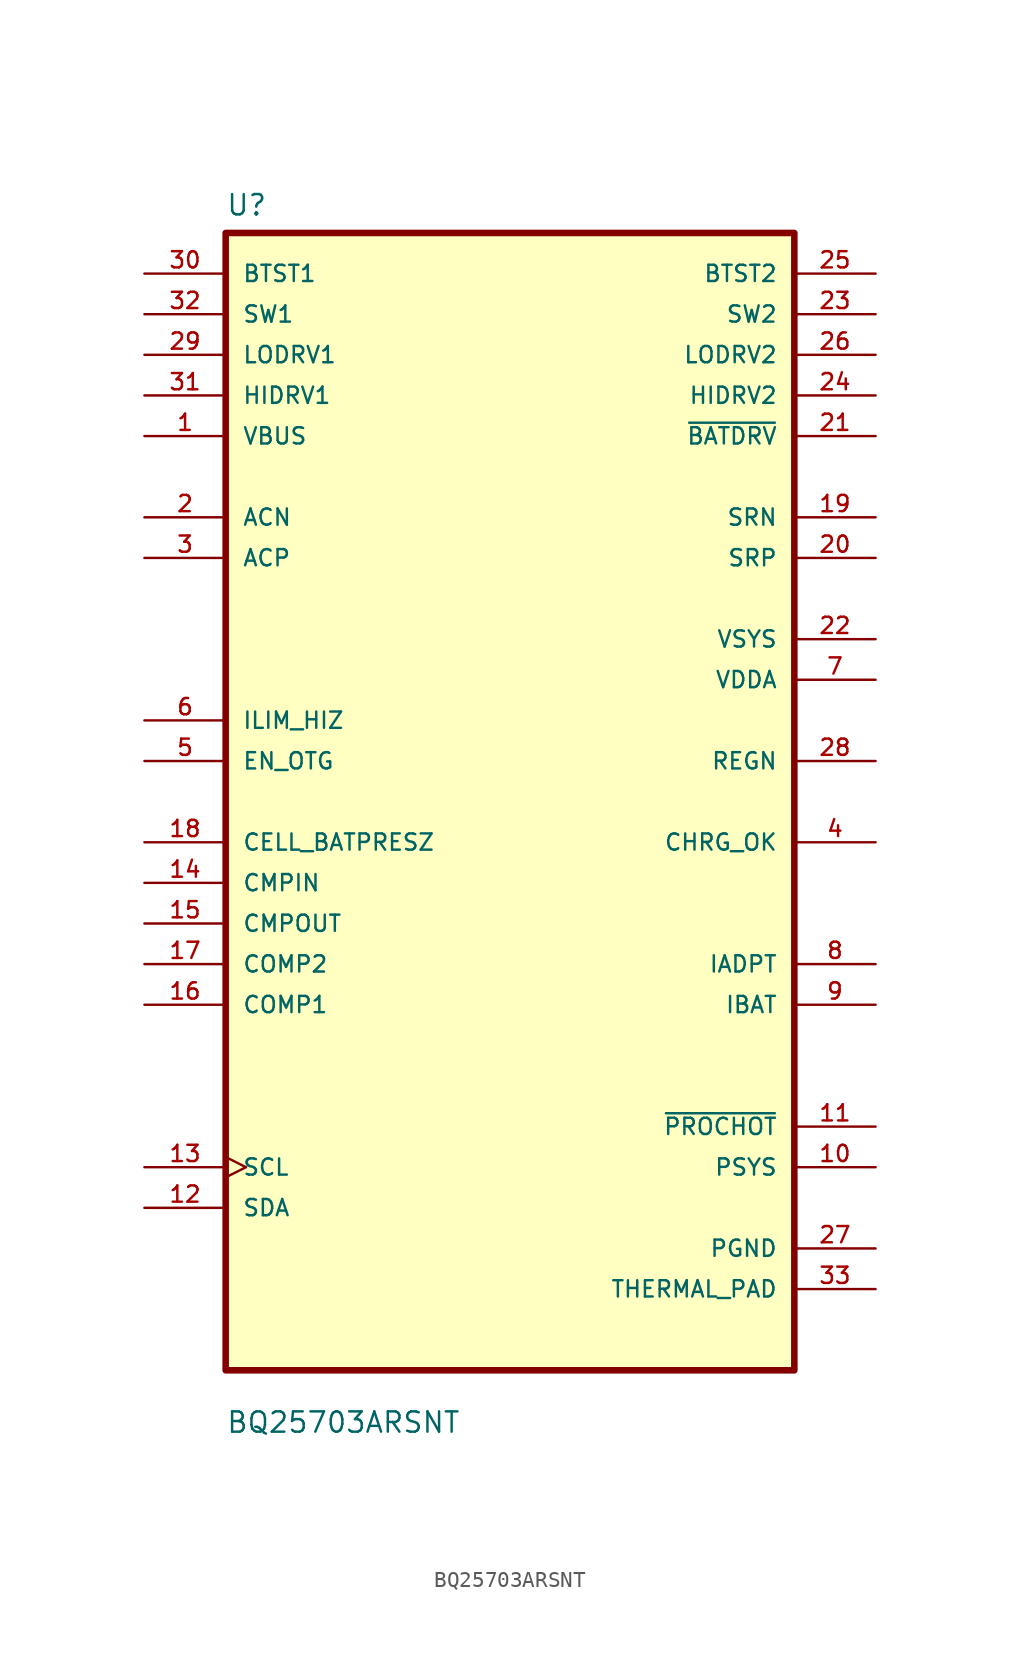
<source format=kicad_sym>
(kicad_symbol_lib
  (version 20211014)
  (generator kicad_symbol_editor)
  (symbol "BQ25703ARSNT"
    (pin_names
      (offset 1.016))
    (property "Reference" "U"
      (at -17.78 31.48 0.0)
      (effects (font (size 1.27 1.27)) (justify bottom left)))
    (property "Value" "BQ25703ARSNT"
      (at -17.78 -44.64 0.0)
      (effects (font (size 1.27 1.27)) (justify bottom left)))
    (symbol "BQ25703ARSNT_0_0"
      (rectangle (start -17.78 -40.64) (end 17.78 30.48) (stroke (width 0.41)) (fill (type background)))
      (pin power_in line (at -22.86 12.7 0) (length 5.08) (name "ACN" (effects (font (size 1.016 1.016)))) (number "2" (effects (font (size 1.016 1.016)))))
      (pin power_in line (at -22.86 10.16 0) (length 5.08) (name "ACP" (effects (font (size 1.016 1.016)))) (number "3" (effects (font (size 1.016 1.016)))))
      (pin output line (at 22.86 17.78 180.0) (length 5.08) (name "~{BATDRV}" (effects (font (size 1.016 1.016)))) (number "21" (effects (font (size 1.016 1.016)))))
      (pin power_in line (at -22.86 27.94 0) (length 5.08) (name "BTST1" (effects (font (size 1.016 1.016)))) (number "30" (effects (font (size 1.016 1.016)))))
      (pin power_in line (at 22.86 27.94 180.0) (length 5.08) (name "BTST2" (effects (font (size 1.016 1.016)))) (number "25" (effects (font (size 1.016 1.016)))))
      (pin input line (at -22.86 -7.62 0) (length 5.08) (name "CELL_BATPRESZ" (effects (font (size 1.016 1.016)))) (number "18" (effects (font (size 1.016 1.016)))))
      (pin output line (at 22.86 -7.62 180.0) (length 5.08) (name "CHRG_OK" (effects (font (size 1.016 1.016)))) (number "4" (effects (font (size 1.016 1.016)))))
      (pin input line (at -22.86 -10.16 0) (length 5.08) (name "CMPIN" (effects (font (size 1.016 1.016)))) (number "14" (effects (font (size 1.016 1.016)))))
      (pin output line (at -22.86 -12.7 0) (length 5.08) (name "CMPOUT" (effects (font (size 1.016 1.016)))) (number "15" (effects (font (size 1.016 1.016)))))
      (pin input line (at -22.86 -15.24 0) (length 5.08) (name "COMP2" (effects (font (size 1.016 1.016)))) (number "17" (effects (font (size 1.016 1.016)))))
      (pin input line (at -22.86 -17.78 0) (length 5.08) (name "COMP1" (effects (font (size 1.016 1.016)))) (number "16" (effects (font (size 1.016 1.016)))))
      (pin input line (at -22.86 -2.54 0) (length 5.08) (name "EN_OTG" (effects (font (size 1.016 1.016)))) (number "5" (effects (font (size 1.016 1.016)))))
      (pin output line (at -22.86 20.32 0) (length 5.08) (name "HIDRV1" (effects (font (size 1.016 1.016)))) (number "31" (effects (font (size 1.016 1.016)))))
      (pin output line (at 22.86 20.32 180.0) (length 5.08) (name "HIDRV2" (effects (font (size 1.016 1.016)))) (number "24" (effects (font (size 1.016 1.016)))))
      (pin output line (at 22.86 -15.24 180.0) (length 5.08) (name "IADPT" (effects (font (size 1.016 1.016)))) (number "8" (effects (font (size 1.016 1.016)))))
      (pin output line (at 22.86 -17.78 180.0) (length 5.08) (name "IBAT" (effects (font (size 1.016 1.016)))) (number "9" (effects (font (size 1.016 1.016)))))
      (pin input line (at -22.86 0.0 0) (length 5.08) (name "ILIM_HIZ" (effects (font (size 1.016 1.016)))) (number "6" (effects (font (size 1.016 1.016)))))
      (pin output line (at -22.86 22.86 0) (length 5.08) (name "LODRV1" (effects (font (size 1.016 1.016)))) (number "29" (effects (font (size 1.016 1.016)))))
      (pin output line (at 22.86 22.86 180.0) (length 5.08) (name "LODRV2" (effects (font (size 1.016 1.016)))) (number "26" (effects (font (size 1.016 1.016)))))
      (pin power_in line (at 22.86 -33.02 180.0) (length 5.08) (name "PGND" (effects (font (size 1.016 1.016)))) (number "27" (effects (font (size 1.016 1.016)))))
      (pin output line (at 22.86 -25.4 180.0) (length 5.08) (name "~{PROCHOT}" (effects (font (size 1.016 1.016)))) (number "11" (effects (font (size 1.016 1.016)))))
      (pin output line (at 22.86 -27.94 180.0) (length 5.08) (name "PSYS" (effects (font (size 1.016 1.016)))) (number "10" (effects (font (size 1.016 1.016)))))
      (pin power_in line (at 22.86 -2.54 180.0) (length 5.08) (name "REGN" (effects (font (size 1.016 1.016)))) (number "28" (effects (font (size 1.016 1.016)))))
      (pin input clock (at -22.86 -27.94 0) (length 5.08) (name "SCL" (effects (font (size 1.016 1.016)))) (number "13" (effects (font (size 1.016 1.016)))))
      (pin bidirectional line (at -22.86 -30.48 0) (length 5.08) (name "SDA" (effects (font (size 1.016 1.016)))) (number "12" (effects (font (size 1.016 1.016)))))
      (pin power_in line (at 22.86 12.7 180.0) (length 5.08) (name "SRN" (effects (font (size 1.016 1.016)))) (number "19" (effects (font (size 1.016 1.016)))))
      (pin power_in line (at 22.86 10.16 180.0) (length 5.08) (name "SRP" (effects (font (size 1.016 1.016)))) (number "20" (effects (font (size 1.016 1.016)))))
      (pin power_in line (at -22.86 25.4 0) (length 5.08) (name "SW1" (effects (font (size 1.016 1.016)))) (number "32" (effects (font (size 1.016 1.016)))))
      (pin power_in line (at 22.86 25.4 180.0) (length 5.08) (name "SW2" (effects (font (size 1.016 1.016)))) (number "23" (effects (font (size 1.016 1.016)))))
      (pin power_in line (at -22.86 17.78 0) (length 5.08) (name "VBUS" (effects (font (size 1.016 1.016)))) (number "1" (effects (font (size 1.016 1.016)))))
      (pin power_in line (at 22.86 2.54 180.0) (length 5.08) (name "VDDA" (effects (font (size 1.016 1.016)))) (number "7" (effects (font (size 1.016 1.016)))))
      (pin power_in line (at 22.86 5.08 180.0) (length 5.08) (name "VSYS" (effects (font (size 1.016 1.016)))) (number "22" (effects (font (size 1.016 1.016)))))
      (pin power_in line (at 22.86 -35.56 180.0) (length 5.08) (name "THERMAL_PAD" (effects (font (size 1.016 1.016)))) (number "33" (effects (font (size 1.016 1.016))))))))
</source>
